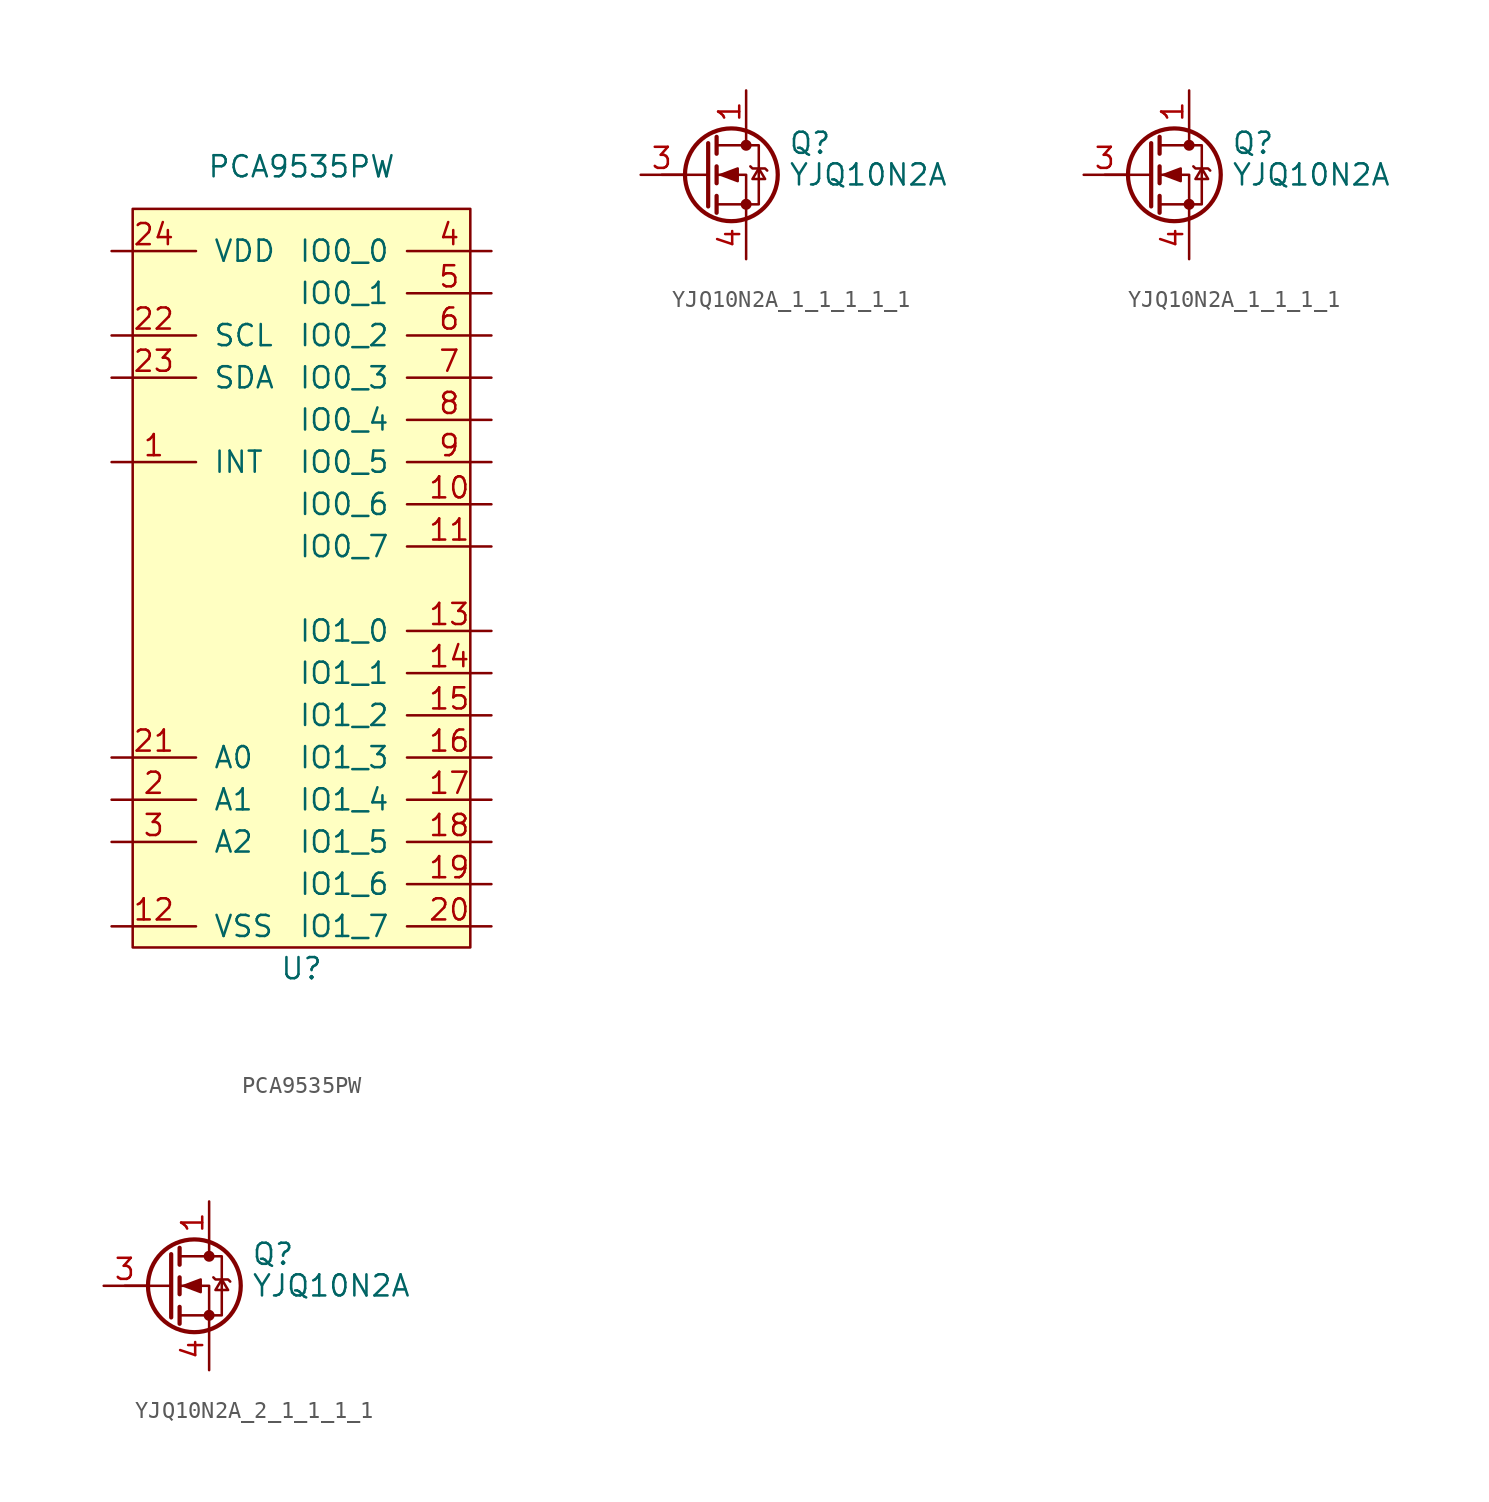
<source format=kicad_sym>
(kicad_symbol_lib
  (version 20241209)
  (generator "kicad_symbol_editor")
  (generator_version "9.0")
  (symbol "PCA9535PW"
    (pin_names
      (offset 1.016))
    (property "Reference" "U"
      (at 0 -43.18 0)
      (effects (font (size 1.27 1.27))))
    (property "Value" "PCA9535PW"
      (at 0 5.08 0)
      (effects (font (size 1.27 1.27))))
    (symbol "PCA9535PW_0_1"
      (rectangle (start 10.16 2.54) (end -10.16 -41.91) (stroke (width 0) (type default)) (fill (type background))))
    (symbol "PCA9535PW_1_1"
      (pin input line (at -11.43 0 0) (length 5.08) (name "VDD" (effects (font (size 1.27 1.27)))) (number "24" (effects (font (size 1.27 1.27)))))
      (pin input line (at -11.43 -5.08 0) (length 5.08) (name "SCL" (effects (font (size 1.27 1.27)))) (number "22" (effects (font (size 1.27 1.27)))))
      (pin input line (at -11.43 -7.62 0) (length 5.08) (name "SDA" (effects (font (size 1.27 1.27)))) (number "23" (effects (font (size 1.27 1.27)))))
      (pin input line (at -11.43 -12.7 0) (length 5.08) (name "INT" (effects (font (size 1.27 1.27)))) (number "1" (effects (font (size 1.27 1.27)))))
      (pin input line (at -11.43 -30.48 0) (length 5.08) (name "A0" (effects (font (size 1.27 1.27)))) (number "21" (effects (font (size 1.27 1.27)))))
      (pin input line (at -11.43 -33.02 0) (length 5.08) (name "A1" (effects (font (size 1.27 1.27)))) (number "2" (effects (font (size 1.27 1.27)))))
      (pin input line (at -11.43 -35.56 0) (length 5.08) (name "A2" (effects (font (size 1.27 1.27)))) (number "3" (effects (font (size 1.27 1.27)))))
      (pin input line (at -11.43 -40.64 0) (length 5.08) (name "VSS" (effects (font (size 1.27 1.27)))) (number "12" (effects (font (size 1.27 1.27)))))
      (pin input line (at 11.43 0 180) (length 5.08) (name "IO0_0" (effects (font (size 1.27 1.27)))) (number "4" (effects (font (size 1.27 1.27)))))
      (pin input line (at 11.43 -2.54 180) (length 5.08) (name "IO0_1" (effects (font (size 1.27 1.27)))) (number "5" (effects (font (size 1.27 1.27)))))
      (pin input line (at 11.43 -5.08 180) (length 5.08) (name "IO0_2" (effects (font (size 1.27 1.27)))) (number "6" (effects (font (size 1.27 1.27)))))
      (pin input line (at 11.43 -7.62 180) (length 5.08) (name "IO0_3" (effects (font (size 1.27 1.27)))) (number "7" (effects (font (size 1.27 1.27)))))
      (pin input line (at 11.43 -10.16 180) (length 5.08) (name "IO0_4" (effects (font (size 1.27 1.27)))) (number "8" (effects (font (size 1.27 1.27)))))
      (pin input line (at 11.43 -12.7 180) (length 5.08) (name "IO0_5" (effects (font (size 1.27 1.27)))) (number "9" (effects (font (size 1.27 1.27)))))
      (pin input line (at 11.43 -15.24 180) (length 5.08) (name "IO0_6" (effects (font (size 1.27 1.27)))) (number "10" (effects (font (size 1.27 1.27)))))
      (pin input line (at 11.43 -17.78 180) (length 5.08) (name "IO0_7" (effects (font (size 1.27 1.27)))) (number "11" (effects (font (size 1.27 1.27)))))
      (pin input line (at 11.43 -22.86 180) (length 5.08) (name "IO1_0" (effects (font (size 1.27 1.27)))) (number "13" (effects (font (size 1.27 1.27)))))
      (pin input line (at 11.43 -25.4 180) (length 5.08) (name "IO1_1" (effects (font (size 1.27 1.27)))) (number "14" (effects (font (size 1.27 1.27)))))
      (pin input line (at 11.43 -27.94 180) (length 5.08) (name "IO1_2" (effects (font (size 1.27 1.27)))) (number "15" (effects (font (size 1.27 1.27)))))
      (pin input line (at 11.43 -30.48 180) (length 5.08) (name "IO1_3" (effects (font (size 1.27 1.27)))) (number "16" (effects (font (size 1.27 1.27)))))
      (pin input line (at 11.43 -33.02 180) (length 5.08) (name "IO1_4" (effects (font (size 1.27 1.27)))) (number "17" (effects (font (size 1.27 1.27)))))
      (pin input line (at 11.43 -35.56 180) (length 5.08) (name "IO1_5" (effects (font (size 1.27 1.27)))) (number "18" (effects (font (size 1.27 1.27)))))
      (pin input line (at 11.43 -38.1 180) (length 5.08) (name "IO1_6" (effects (font (size 1.27 1.27)))) (number "19" (effects (font (size 1.27 1.27)))))
      (pin input line (at 11.43 -40.64 180) (length 5.08) (name "IO1_7" (effects (font (size 1.27 1.27)))) (number "20" (effects (font (size 1.27 1.27)))))))
  (symbol "YJQ10N2A_1_1_1_1_1"
    (pin_names
      (hide yes))
    (property "Reference" "Q"
      (at 5.08 1.905 0)
      (effects (font (size 1.27 1.27)) (justify left)))
    (property "Value" "YJQ10N2A"
      (at 5.08 0 0)
      (effects (font (size 1.27 1.27)) (justify left)))
    (symbol "YJQ10N2A_1_1_1_1_1_0_1"
      (polyline (pts (xy 0.254 1.905) (xy 0.254 -1.905)) (stroke (width 0.254) (type default)) (fill (type none)))
      (polyline (pts (xy 0.254 0) (xy -2.54 0)) (stroke (width 0) (type default)) (fill (type none)))
      (polyline (pts (xy 0.762 2.286) (xy 0.762 1.27)) (stroke (width 0.254) (type default)) (fill (type none)))
      (polyline (pts (xy 0.762 0.508) (xy 0.762 -0.508)) (stroke (width 0.254) (type default)) (fill (type none)))
      (polyline (pts (xy 0.762 -1.27) (xy 0.762 -2.286)) (stroke (width 0.254) (type default)) (fill (type none)))
      (polyline (pts (xy 0.762 -1.778) (xy 3.302 -1.778) (xy 3.302 1.778) (xy 0.762 1.778)) (stroke (width 0) (type default)) (fill (type none)))
      (polyline (pts (xy 1.016 0) (xy 2.032 0.381) (xy 2.032 -0.381) (xy 1.016 0)) (stroke (width 0) (type default)) (fill (type outline)))
      (circle (center 1.651 0) (radius 2.794) (stroke (width 0.254) (type default)) (fill (type none)))
      (polyline (pts (xy 2.54 2.54) (xy 2.54 1.778)) (stroke (width 0) (type default)) (fill (type none)))
      (circle (center 2.54 1.778) (radius 0.254) (stroke (width 0) (type default)) (fill (type outline)))
      (circle (center 2.54 -1.778) (radius 0.254) (stroke (width 0) (type default)) (fill (type outline)))
      (polyline (pts (xy 2.54 -2.54) (xy 2.54 0) (xy 0.762 0)) (stroke (width 0) (type default)) (fill (type none)))
      (polyline (pts (xy 2.794 0.508) (xy 2.921 0.381) (xy 3.683 0.381) (xy 3.81 0.254)) (stroke (width 0) (type default)) (fill (type none)))
      (polyline (pts (xy 3.302 0.381) (xy 2.921 -0.254) (xy 3.683 -0.254) (xy 3.302 0.381)) (stroke (width 0) (type default)) (fill (type none))))
    (symbol "YJQ10N2A_1_1_1_1_1_1_1"
      (pin input line (at -3.81 0 0) (length 2.54) (name "G" (effects (font (size 1.27 1.27)))) (number "3" (effects (font (size 1.27 1.27)))))
      (pin passive line (at 2.54 5.08 270) (length 2.54) (name "D" (effects (font (size 1.27 1.27)))) (number "1" (effects (font (size 1.27 1.27)))))
      (pin passive line (at 2.54 5.08 270) (length 2.54) (hide yes) (name "D" (effects (font (size 1.27 1.27)))) (number "2" (effects (font (size 1.27 1.27)))))
      (pin passive line (at 2.54 5.08 270) (length 2.54) (hide yes) (name "D" (effects (font (size 1.27 1.27)))) (number "3" (effects (font (size 1.27 1.27)))))
      (pin passive line (at 2.54 5.08 270) (length 2.54) (hide yes) (name "D" (effects (font (size 1.27 1.27)))) (number "5" (effects (font (size 1.27 1.27)))))
      (pin passive line (at 2.54 5.08 270) (length 2.54) (hide yes) (name "D" (effects (font (size 1.27 1.27)))) (number "6" (effects (font (size 1.27 1.27)))))
      (pin passive line (at 2.54 5.08 270) (length 2.54) (hide yes) (name "D" (effects (font (size 1.27 1.27)))) (number "8" (effects (font (size 1.27 1.27)))))
      (pin passive line (at 2.54 -5.08 90) (length 2.54) (name "S" (effects (font (size 1.27 1.27)))) (number "4" (effects (font (size 1.27 1.27)))))
      (pin passive line (at 2.54 -5.08 90) (length 2.54) (hide yes) (name "S" (effects (font (size 1.27 1.27)))) (number "7" (effects (font (size 1.27 1.27)))))))
  (symbol "YJQ10N2A_1_1_1_1"
    (pin_names
      (hide yes))
    (property "Reference" "Q"
      (at 5.08 1.905 0)
      (effects (font (size 1.27 1.27)) (justify left)))
    (property "Value" "YJQ10N2A"
      (at 5.08 0 0)
      (effects (font (size 1.27 1.27)) (justify left)))
    (symbol "YJQ10N2A_1_1_1_1_0_1"
      (polyline (pts (xy 0.254 1.905) (xy 0.254 -1.905)) (stroke (width 0.254) (type default)) (fill (type none)))
      (polyline (pts (xy 0.254 0) (xy -2.54 0)) (stroke (width 0) (type default)) (fill (type none)))
      (polyline (pts (xy 0.762 2.286) (xy 0.762 1.27)) (stroke (width 0.254) (type default)) (fill (type none)))
      (polyline (pts (xy 0.762 0.508) (xy 0.762 -0.508)) (stroke (width 0.254) (type default)) (fill (type none)))
      (polyline (pts (xy 0.762 -1.27) (xy 0.762 -2.286)) (stroke (width 0.254) (type default)) (fill (type none)))
      (polyline (pts (xy 0.762 -1.778) (xy 3.302 -1.778) (xy 3.302 1.778) (xy 0.762 1.778)) (stroke (width 0) (type default)) (fill (type none)))
      (polyline (pts (xy 1.016 0) (xy 2.032 0.381) (xy 2.032 -0.381) (xy 1.016 0)) (stroke (width 0) (type default)) (fill (type outline)))
      (circle (center 1.651 0) (radius 2.794) (stroke (width 0.254) (type default)) (fill (type none)))
      (polyline (pts (xy 2.54 2.54) (xy 2.54 1.778)) (stroke (width 0) (type default)) (fill (type none)))
      (circle (center 2.54 1.778) (radius 0.254) (stroke (width 0) (type default)) (fill (type outline)))
      (circle (center 2.54 -1.778) (radius 0.254) (stroke (width 0) (type default)) (fill (type outline)))
      (polyline (pts (xy 2.54 -2.54) (xy 2.54 0) (xy 0.762 0)) (stroke (width 0) (type default)) (fill (type none)))
      (polyline (pts (xy 2.794 0.508) (xy 2.921 0.381) (xy 3.683 0.381) (xy 3.81 0.254)) (stroke (width 0) (type default)) (fill (type none)))
      (polyline (pts (xy 3.302 0.381) (xy 2.921 -0.254) (xy 3.683 -0.254) (xy 3.302 0.381)) (stroke (width 0) (type default)) (fill (type none))))
    (symbol "YJQ10N2A_1_1_1_1_1_1"
      (pin input line (at -3.81 0 0) (length 2.54) (name "G" (effects (font (size 1.27 1.27)))) (number "3" (effects (font (size 1.27 1.27)))))
      (pin passive line (at 2.54 5.08 270) (length 2.54) (name "D" (effects (font (size 1.27 1.27)))) (number "1" (effects (font (size 1.27 1.27)))))
      (pin passive line (at 2.54 5.08 270) (length 2.54) (hide yes) (name "D" (effects (font (size 1.27 1.27)))) (number "2" (effects (font (size 1.27 1.27)))))
      (pin passive line (at 2.54 5.08 270) (length 2.54) (hide yes) (name "D" (effects (font (size 1.27 1.27)))) (number "3" (effects (font (size 1.27 1.27)))))
      (pin passive line (at 2.54 5.08 270) (length 2.54) (hide yes) (name "D" (effects (font (size 1.27 1.27)))) (number "5" (effects (font (size 1.27 1.27)))))
      (pin passive line (at 2.54 5.08 270) (length 2.54) (hide yes) (name "D" (effects (font (size 1.27 1.27)))) (number "6" (effects (font (size 1.27 1.27)))))
      (pin passive line (at 2.54 5.08 270) (length 2.54) (hide yes) (name "D" (effects (font (size 1.27 1.27)))) (number "8" (effects (font (size 1.27 1.27)))))
      (pin passive line (at 2.54 -5.08 90) (length 2.54) (name "S" (effects (font (size 1.27 1.27)))) (number "4" (effects (font (size 1.27 1.27)))))
      (pin passive line (at 2.54 -5.08 90) (length 2.54) (hide yes) (name "S" (effects (font (size 1.27 1.27)))) (number "7" (effects (font (size 1.27 1.27)))))))
  (symbol "YJQ10N2A_2_1_1_1_1"
    (pin_names
      (hide yes))
    (property "Reference" "Q"
      (at 5.08 1.905 0)
      (effects (font (size 1.27 1.27)) (justify left)))
    (property "Value" "YJQ10N2A"
      (at 5.08 0 0)
      (effects (font (size 1.27 1.27)) (justify left)))
    (symbol "YJQ10N2A_2_1_1_1_1_0_1"
      (polyline (pts (xy 0.254 1.905) (xy 0.254 -1.905)) (stroke (width 0.254) (type default)) (fill (type none)))
      (polyline (pts (xy 0.254 0) (xy -2.54 0)) (stroke (width 0) (type default)) (fill (type none)))
      (polyline (pts (xy 0.762 2.286) (xy 0.762 1.27)) (stroke (width 0.254) (type default)) (fill (type none)))
      (polyline (pts (xy 0.762 0.508) (xy 0.762 -0.508)) (stroke (width 0.254) (type default)) (fill (type none)))
      (polyline (pts (xy 0.762 -1.27) (xy 0.762 -2.286)) (stroke (width 0.254) (type default)) (fill (type none)))
      (polyline (pts (xy 0.762 -1.778) (xy 3.302 -1.778) (xy 3.302 1.778) (xy 0.762 1.778)) (stroke (width 0) (type default)) (fill (type none)))
      (polyline (pts (xy 1.016 0) (xy 2.032 0.381) (xy 2.032 -0.381) (xy 1.016 0)) (stroke (width 0) (type default)) (fill (type outline)))
      (circle (center 1.651 0) (radius 2.794) (stroke (width 0.254) (type default)) (fill (type none)))
      (polyline (pts (xy 2.54 2.54) (xy 2.54 1.778)) (stroke (width 0) (type default)) (fill (type none)))
      (circle (center 2.54 1.778) (radius 0.254) (stroke (width 0) (type default)) (fill (type outline)))
      (circle (center 2.54 -1.778) (radius 0.254) (stroke (width 0) (type default)) (fill (type outline)))
      (polyline (pts (xy 2.54 -2.54) (xy 2.54 0) (xy 0.762 0)) (stroke (width 0) (type default)) (fill (type none)))
      (polyline (pts (xy 2.794 0.508) (xy 2.921 0.381) (xy 3.683 0.381) (xy 3.81 0.254)) (stroke (width 0) (type default)) (fill (type none)))
      (polyline (pts (xy 3.302 0.381) (xy 2.921 -0.254) (xy 3.683 -0.254) (xy 3.302 0.381)) (stroke (width 0) (type default)) (fill (type none))))
    (symbol "YJQ10N2A_2_1_1_1_1_1_1"
      (pin input line (at -3.81 0 0) (length 2.54) (name "G" (effects (font (size 1.27 1.27)))) (number "3" (effects (font (size 1.27 1.27)))))
      (pin passive line (at 2.54 5.08 270) (length 2.54) (name "D" (effects (font (size 1.27 1.27)))) (number "1" (effects (font (size 1.27 1.27)))))
      (pin passive line (at 2.54 5.08 270) (length 2.54) (hide yes) (name "D" (effects (font (size 1.27 1.27)))) (number "2" (effects (font (size 1.27 1.27)))))
      (pin passive line (at 2.54 5.08 270) (length 2.54) (hide yes) (name "D" (effects (font (size 1.27 1.27)))) (number "3" (effects (font (size 1.27 1.27)))))
      (pin passive line (at 2.54 5.08 270) (length 2.54) (hide yes) (name "D" (effects (font (size 1.27 1.27)))) (number "5" (effects (font (size 1.27 1.27)))))
      (pin passive line (at 2.54 5.08 270) (length 2.54) (hide yes) (name "D" (effects (font (size 1.27 1.27)))) (number "6" (effects (font (size 1.27 1.27)))))
      (pin passive line (at 2.54 5.08 270) (length 2.54) (hide yes) (name "D" (effects (font (size 1.27 1.27)))) (number "8" (effects (font (size 1.27 1.27)))))
      (pin passive line (at 2.54 -5.08 90) (length 2.54) (name "S" (effects (font (size 1.27 1.27)))) (number "4" (effects (font (size 1.27 1.27)))))
      (pin passive line (at 2.54 -5.08 90) (length 2.54) (hide yes) (name "S" (effects (font (size 1.27 1.27)))) (number "7" (effects (font (size 1.27 1.27))))))))
</source>
